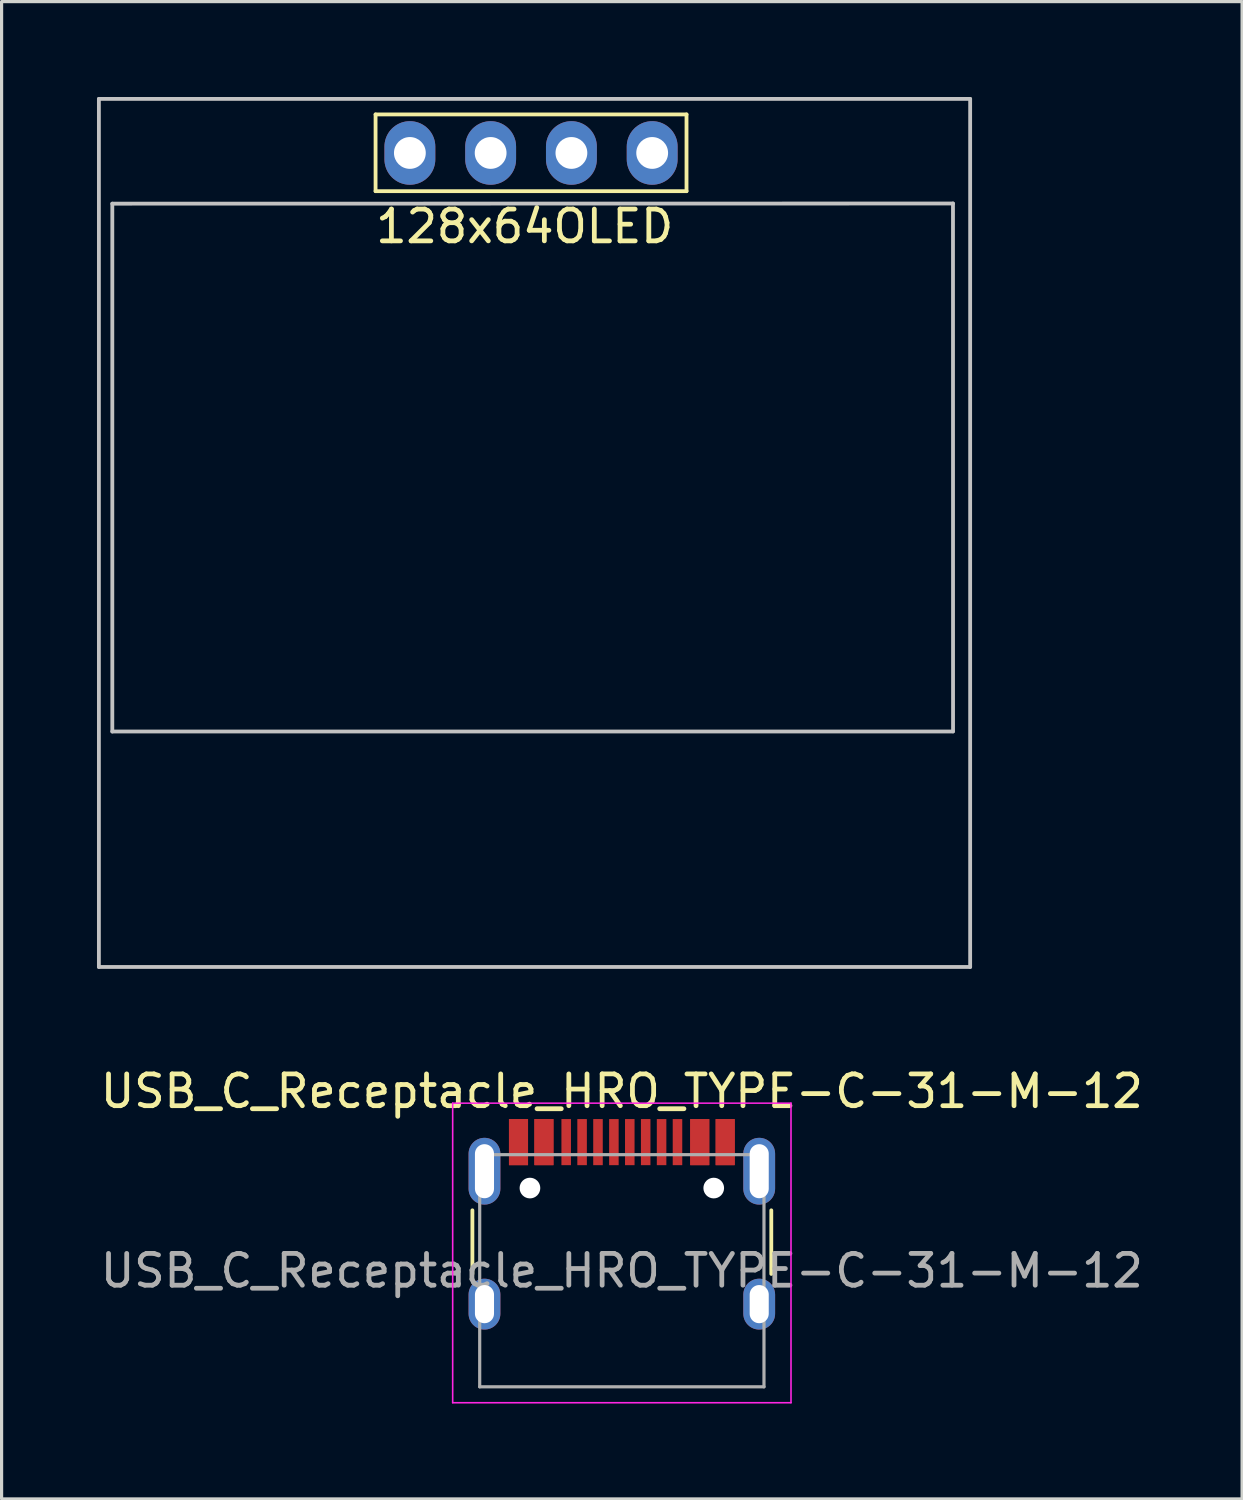
<source format=kicad_pcb>
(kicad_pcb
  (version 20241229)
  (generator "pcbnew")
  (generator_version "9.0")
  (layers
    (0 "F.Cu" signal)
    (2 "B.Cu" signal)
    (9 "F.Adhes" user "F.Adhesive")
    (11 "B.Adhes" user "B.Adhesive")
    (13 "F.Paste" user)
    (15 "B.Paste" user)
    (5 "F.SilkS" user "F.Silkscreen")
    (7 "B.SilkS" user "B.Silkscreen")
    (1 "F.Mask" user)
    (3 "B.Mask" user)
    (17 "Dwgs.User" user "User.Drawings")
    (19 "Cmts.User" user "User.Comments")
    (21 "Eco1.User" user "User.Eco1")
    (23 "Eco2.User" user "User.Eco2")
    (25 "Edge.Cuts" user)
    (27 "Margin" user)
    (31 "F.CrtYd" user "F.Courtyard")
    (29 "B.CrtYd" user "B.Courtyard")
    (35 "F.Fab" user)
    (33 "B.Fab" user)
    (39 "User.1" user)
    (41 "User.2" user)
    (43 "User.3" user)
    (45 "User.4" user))
  (footprint "128x64OLED"
    (layer "F.Cu")
    (at 13.46 12.36)
    (property "Reference" "128x64OLED" (at -0.01 -8.29 0) (layer "F.SilkS") (effects (font (size 1 1) (thickness 0.15))))
    (attr through_hole)
    (fp_line (start -4.699 -11.811) (end -4.699 -9.398) (stroke (width 0.12) (type solid)) (layer "F.SilkS"))
    (fp_line (start -4.699 -11.811) (end 5.08 -11.811) (stroke (width 0.12) (type solid)) (layer "F.SilkS"))
    (fp_line (start 5.08 -11.811) (end 5.08 -9.398) (stroke (width 0.12) (type solid)) (layer "F.SilkS"))
    (fp_line (start 5.08 -9.398) (end -4.699 -9.398) (stroke (width 0.12) (type solid)) (layer "F.SilkS"))
    (fp_line (start -13.4 -12.3) (end 14 -12.3) (stroke (width 0.12) (type solid)) (layer "Dwgs.User"))
    (fp_line (start -13.4 15) (end -13.4 -12.3) (stroke (width 0.12) (type solid)) (layer "Dwgs.User"))
    (fp_line (start -12.978 -9.005) (end 13.46 -9.01) (stroke (width 0.12) (type solid)) (layer "Dwgs.User"))
    (fp_line (start -12.978 7.595) (end -12.978 -9.005) (stroke (width 0.12) (type solid)) (layer "Dwgs.User"))
    (fp_line (start 13.46 7.595) (end -12.978 7.595) (stroke (width 0.12) (type solid)) (layer "Dwgs.User"))
    (fp_line (start 13.462 7.59) (end 13.46 -9.01) (stroke (width 0.12) (type solid)) (layer "Dwgs.User"))
    (fp_line (start 14 -12.3) (end 14 15) (stroke (width 0.12) (type solid)) (layer "Dwgs.User"))
    (fp_line (start 14 15) (end -13.4 15) (stroke (width 0.12) (type solid)) (layer "Dwgs.User"))
    (pad "1" thru_hole oval (at -3.62 -10.6 90) (size 2 1.6) (drill 1) (layers "*.Cu" "*.Mask"))
    (pad "2" thru_hole oval (at -1.08 -10.6 90) (size 2 1.6) (drill 1) (layers "*.Cu" "*.Mask"))
    (pad "3" thru_hole oval (at 1.46 -10.6 90) (size 2 1.6) (drill 1) (layers "*.Cu" "*.Mask"))
    (pad "4" thru_hole oval (at 4 -10.6 90) (size 2 1.6) (drill 1) (layers "*.Cu" "*.Mask")))
  (footprint "USB_C_Receptacle_HRO_TYPE-C-31-M-12"
    (layer "F.Cu")
    (at 16.506 36.913)
    (property "Reference" "USB_C_Receptacle_HRO_TYPE-C-31-M-12" (at 0 -5.645 0) (layer "F.SilkS") (effects (font (size 1 1) (thickness 0.15))))
    (attr smd)
    (fp_line (start -4.7 -1.9) (end -4.7 0.1) (stroke (width 0.12) (type solid)) (layer "F.SilkS"))
    (fp_line (start 4.7 -1.9) (end 4.7 0.1) (stroke (width 0.12) (type solid)) (layer "F.SilkS"))
    (fp_line (start -5.32 -5.27) (end -5.32 4.15) (stroke (width 0.05) (type solid)) (layer "F.CrtYd"))
    (fp_line (start -5.32 -5.27) (end 5.32 -5.27) (stroke (width 0.05) (type solid)) (layer "F.CrtYd"))
    (fp_line (start -5.32 4.15) (end 5.32 4.15) (stroke (width 0.05) (type solid)) (layer "F.CrtYd"))
    (fp_line (start 5.32 -5.27) (end 5.32 4.15) (stroke (width 0.05) (type solid)) (layer "F.CrtYd"))
    (fp_line (start -4.47 -3.65) (end -4.47 3.65) (stroke (width 0.1) (type solid)) (layer "F.Fab"))
    (fp_line (start -4.47 -3.65) (end 4.47 -3.65) (stroke (width 0.1) (type solid)) (layer "F.Fab"))
    (fp_line (start -4.47 3.65) (end 4.47 3.65) (stroke (width 0.1) (type solid)) (layer "F.Fab"))
    (fp_line (start 4.47 -3.65) (end 4.47 3.65) (stroke (width 0.1) (type solid)) (layer "F.Fab"))
    (fp_text user "${REFERENCE}" (at 0 0 0) (layer "F.Fab") (effects (font (size 1 1) (thickness 0.15))))
    (pad "" np_thru_hole circle (at -2.89 -2.6) (size 0.65 0.65) (drill 0.65) (layers "*.Cu" "*.Mask"))
    (pad "" np_thru_hole circle (at 2.89 -2.6) (size 0.65 0.65) (drill 0.65) (layers "*.Cu" "*.Mask"))
    (pad "A1" smd rect (at -3.25 -4.045) (size 0.6 1.45) (layers "F.Cu" "F.Mask" "F.Paste"))
    (pad "A4" smd rect (at -2.45 -4.045) (size 0.6 1.45) (layers "F.Cu" "F.Mask" "F.Paste"))
    (pad "A5" smd rect (at -1.25 -4.045) (size 0.3 1.45) (layers "F.Cu" "F.Mask" "F.Paste"))
    (pad "A6" smd rect (at -0.25 -4.045) (size 0.3 1.45) (layers "F.Cu" "F.Mask" "F.Paste"))
    (pad "A7" smd rect (at 0.25 -4.045) (size 0.3 1.45) (layers "F.Cu" "F.Mask" "F.Paste"))
    (pad "A8" smd rect (at 1.25 -4.045) (size 0.3 1.45) (layers "F.Cu" "F.Mask" "F.Paste"))
    (pad "A9" smd rect (at 2.45 -4.045) (size 0.6 1.45) (layers "F.Cu" "F.Mask" "F.Paste"))
    (pad "A12" smd rect (at 3.25 -4.045) (size 0.6 1.45) (layers "F.Cu" "F.Mask" "F.Paste"))
    (pad "B1" smd rect (at 3.25 -4.045) (size 0.6 1.45) (layers "F.Cu" "F.Mask" "F.Paste"))
    (pad "B4" smd rect (at 2.45 -4.045) (size 0.6 1.45) (layers "F.Cu" "F.Mask" "F.Paste"))
    (pad "B5" smd rect (at 1.75 -4.045) (size 0.3 1.45) (layers "F.Cu" "F.Mask" "F.Paste"))
    (pad "B6" smd rect (at 0.75 -4.045) (size 0.3 1.45) (layers "F.Cu" "F.Mask" "F.Paste"))
    (pad "B7" smd rect (at -0.75 -4.045) (size 0.3 1.45) (layers "F.Cu" "F.Mask" "F.Paste"))
    (pad "B8" smd rect (at -1.75 -4.045) (size 0.3 1.45) (layers "F.Cu" "F.Mask" "F.Paste"))
    (pad "B9" smd rect (at -2.45 -4.045) (size 0.6 1.45) (layers "F.Cu" "F.Mask" "F.Paste"))
    (pad "B12" smd rect (at -3.25 -4.045) (size 0.6 1.45) (layers "F.Cu" "F.Mask" "F.Paste"))
    (pad "S1" thru_hole oval (at -4.32 -3.13) (size 1 2.1) (drill oval 0.6 1.7) (layers "*.Cu" "*.Mask"))
    (pad "S1" thru_hole oval (at -4.32 1.05) (size 1 1.6) (drill oval 0.6 1.2) (layers "*.Cu" "*.Mask"))
    (pad "S1" thru_hole oval (at 4.32 -3.13) (size 1 2.1) (drill oval 0.6 1.7) (layers "*.Cu" "*.Mask"))
    (pad "S1" thru_hole oval (at 4.32 1.05) (size 1 1.6) (drill oval 0.6 1.2) (layers "*.Cu" "*.Mask")))
  (gr_rect
    (start -3 -3)
    (end 36.012 44.088)
    (stroke (width 0.1) (type default))
    (fill no)
    (layer "Edge.Cuts")))
</source>
